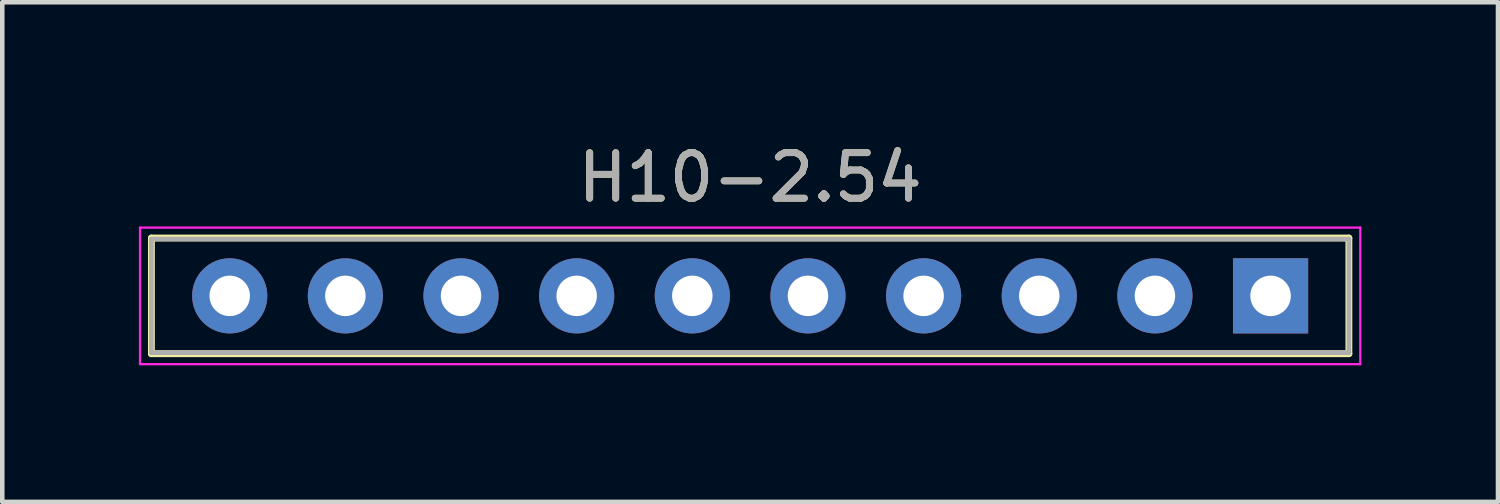
<source format=kicad_pcb>
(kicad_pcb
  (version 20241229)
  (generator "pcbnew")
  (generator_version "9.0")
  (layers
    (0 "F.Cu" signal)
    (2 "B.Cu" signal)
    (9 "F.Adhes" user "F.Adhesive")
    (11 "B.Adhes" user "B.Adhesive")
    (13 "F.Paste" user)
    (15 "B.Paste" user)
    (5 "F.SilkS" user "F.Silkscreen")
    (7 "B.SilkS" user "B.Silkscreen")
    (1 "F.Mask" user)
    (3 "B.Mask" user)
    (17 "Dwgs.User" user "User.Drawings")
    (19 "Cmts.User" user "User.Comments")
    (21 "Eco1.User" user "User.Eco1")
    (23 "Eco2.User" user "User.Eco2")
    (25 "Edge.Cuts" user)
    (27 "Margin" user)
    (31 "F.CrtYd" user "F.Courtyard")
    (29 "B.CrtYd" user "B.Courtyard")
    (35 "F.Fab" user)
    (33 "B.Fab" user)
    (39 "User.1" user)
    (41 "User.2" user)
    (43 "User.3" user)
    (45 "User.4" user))
  (footprint "H10-2.54"
    (layer "F.Cu")
    (at 13.425 3.448)
    (property "Reference" "H10-2.54" (at 0 -2.6 0) (layer "F.SilkS") (effects (font (size 1 1) (thickness 0.15))))
    (attr exclude_from_pos_files exclude_from_bom)
    (fp_line (start -13.15 -1.27) (end 13.15 -1.27) (stroke (width 0.15) (type solid)) (layer "F.SilkS"))
    (fp_line (start -13.15 1.27) (end -13.15 -1.27) (stroke (width 0.15) (type solid)) (layer "F.SilkS"))
    (fp_line (start 13.15 -1.27) (end 13.15 1.27) (stroke (width 0.15) (type solid)) (layer "F.SilkS"))
    (fp_line (start 13.15 1.27) (end -13.15 1.27) (stroke (width 0.15) (type solid)) (layer "F.SilkS"))
    (fp_line (start -13.4 -1.5) (end -13.4 1.5) (stroke (width 0.05) (type solid)) (layer "F.CrtYd"))
    (fp_line (start -13.4 1.5) (end 13.4 1.5) (stroke (width 0.05) (type solid)) (layer "F.CrtYd"))
    (fp_line (start 13.4 -1.5) (end -13.4 -1.5) (stroke (width 0.05) (type solid)) (layer "F.CrtYd"))
    (fp_line (start 13.4 1.5) (end 13.4 -1.5) (stroke (width 0.05) (type solid)) (layer "F.CrtYd"))
    (fp_line (start -13.15 -1.25) (end -13.15 1.25) (stroke (width 0.1) (type solid)) (layer "F.Fab"))
    (fp_line (start -13.15 -1.25) (end 13.15 -1.25) (stroke (width 0.1) (type solid)) (layer "F.Fab"))
    (fp_line (start -13.15 1.25) (end 13.15 1.25) (stroke (width 0.1) (type solid)) (layer "F.Fab"))
    (fp_line (start 13.15 -1.25) (end 13.15 1.25) (stroke (width 0.1) (type solid)) (layer "F.Fab"))
    (fp_text user "${REFERENCE}" (at 0 -2.6 0) (layer "F.Fab") (effects (font (size 1 1) (thickness 0.15))))
    (pad "1" thru_hole rect (at 11.43 0 270) (size 1.651 1.651) (drill 0.889) (layers "*.Cu" "*.Mask"))
    (pad "2" thru_hole circle (at 8.89 0 270) (size 1.651 1.651) (drill 0.889) (layers "*.Cu" "*.Mask"))
    (pad "3" thru_hole circle (at 6.35 0 270) (size 1.651 1.651) (drill 0.889) (layers "*.Cu" "*.Mask"))
    (pad "4" thru_hole circle (at 3.81 0 270) (size 1.651 1.651) (drill 0.889) (layers "*.Cu" "*.Mask"))
    (pad "5" thru_hole circle (at 1.27 0 270) (size 1.651 1.651) (drill 0.889) (layers "*.Cu" "*.Mask"))
    (pad "6" thru_hole circle (at -1.27 0 270) (size 1.651 1.651) (drill 0.889) (layers "*.Cu" "*.Mask"))
    (pad "7" thru_hole circle (at -3.81 0 270) (size 1.651 1.651) (drill 0.889) (layers "*.Cu" "*.Mask"))
    (pad "8" thru_hole circle (at -6.35 0 270) (size 1.651 1.651) (drill 0.889) (layers "*.Cu" "*.Mask"))
    (pad "9" thru_hole circle (at -8.89 0 270) (size 1.651 1.651) (drill 0.889) (layers "*.Cu" "*.Mask"))
    (pad "10" thru_hole circle (at -11.43 0 270) (size 1.651 1.651) (drill 0.889) (layers "*.Cu" "*.Mask")))
  (gr_rect
    (start -3 -3)
    (end 29.85 7.973)
    (stroke (width 0.1) (type default))
    (fill no)
    (layer "Edge.Cuts")))
</source>
